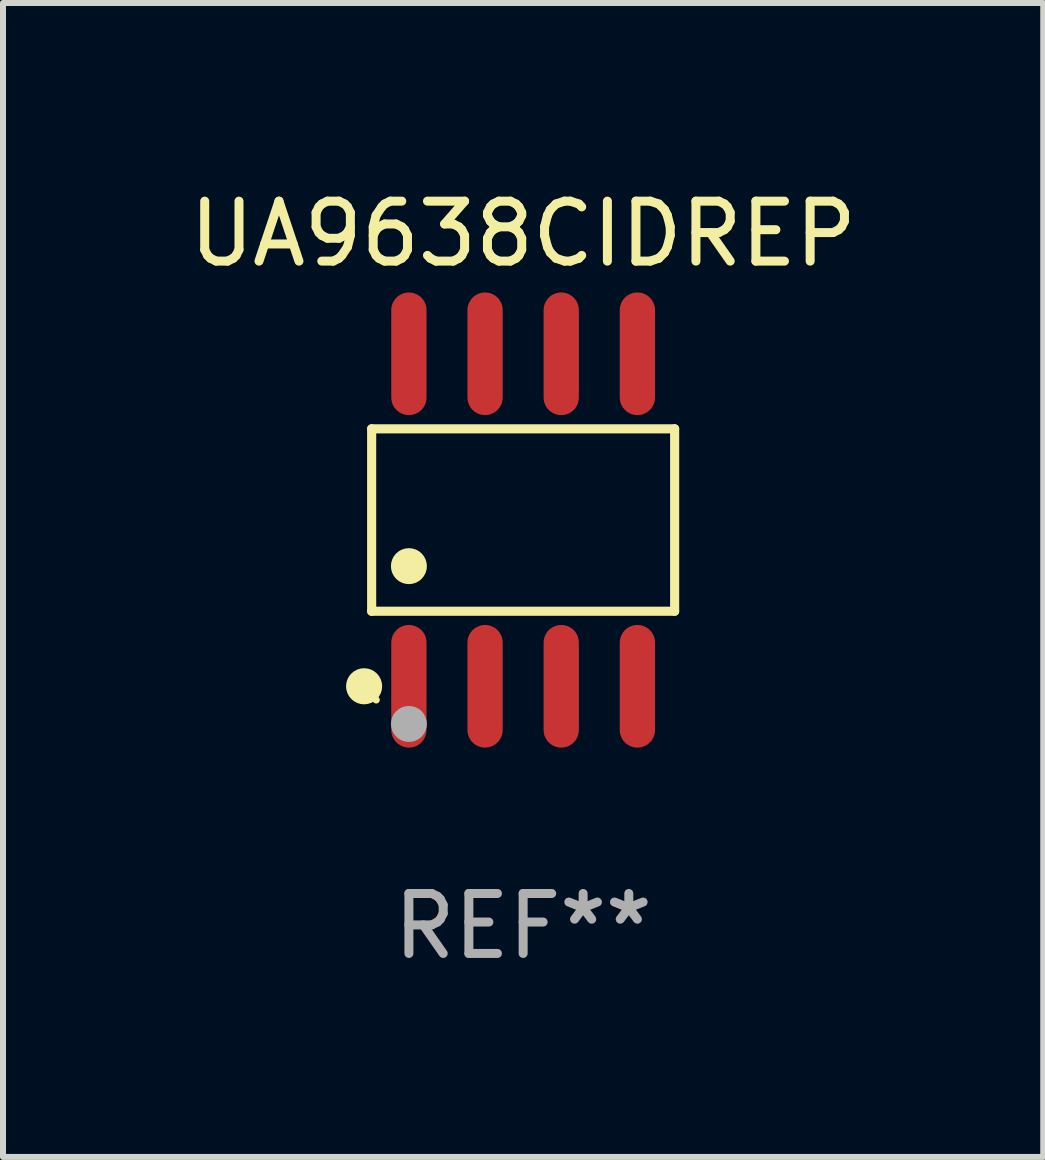
<source format=kicad_pcb>
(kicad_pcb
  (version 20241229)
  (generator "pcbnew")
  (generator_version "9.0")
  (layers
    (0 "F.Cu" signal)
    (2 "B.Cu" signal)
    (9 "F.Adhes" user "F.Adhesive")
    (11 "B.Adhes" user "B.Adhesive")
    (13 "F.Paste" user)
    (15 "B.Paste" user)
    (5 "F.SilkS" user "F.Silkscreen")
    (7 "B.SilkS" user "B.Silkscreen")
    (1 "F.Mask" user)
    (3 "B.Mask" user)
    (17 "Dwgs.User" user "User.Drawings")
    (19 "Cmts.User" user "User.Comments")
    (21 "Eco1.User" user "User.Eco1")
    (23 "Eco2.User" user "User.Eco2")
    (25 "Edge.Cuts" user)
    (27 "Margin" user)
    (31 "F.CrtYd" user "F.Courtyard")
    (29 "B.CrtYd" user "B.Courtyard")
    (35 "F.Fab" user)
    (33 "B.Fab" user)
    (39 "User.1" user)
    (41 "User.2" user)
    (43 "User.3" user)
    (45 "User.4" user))
  (footprint "UA9638CIDREP"
    (layer "F.Cu")
    (at 5.673 5.621)
    (property "Reference" "UA9638CIDREP" (at 0 -4.772 0) (layer "F.SilkS") (effects (font (size 1 1) (thickness 0.15))))
    (attr through_hole)
    (fp_line (start -2.526 -1.521) (end 2.526 -1.521) (stroke (width 0.152) (type solid)) (layer "F.SilkS"))
    (fp_line (start -2.526 1.521) (end -2.526 -1.521) (stroke (width 0.152) (type solid)) (layer "F.SilkS"))
    (fp_line (start 2.526 -1.521) (end 2.526 1.521) (stroke (width 0.152) (type solid)) (layer "F.SilkS"))
    (fp_line (start 2.526 1.521) (end -2.526 1.521) (stroke (width 0.152) (type solid)) (layer "F.SilkS"))
    (fp_circle (center -2.652 2.772) (end -2.501 2.772) (stroke (width 0.3) (type solid)) (fill no) (layer "F.SilkS"))
    (fp_circle (center -2.45 3) (end -2.42 3) (stroke (width 0.06) (type solid)) (fill no) (layer "F.SilkS"))
    (fp_circle (center -1.905 0.769) (end -1.755 0.769) (stroke (width 0.3) (type solid)) (fill no) (layer "F.SilkS"))
    (fp_circle (center -1.905 3.4) (end -1.755 3.4) (stroke (width 0.3) (type solid)) (fill no) (layer "F.Fab"))
    (fp_text user "REF**" (at 0 6.772 0) (layer "F.Fab") (effects (font (size 1 1) (thickness 0.15))))
    (pad "1" smd oval (at -1.905 2.772) (size 0.588 2.045) (layers "F.Cu" "F.Mask" "F.Paste"))
    (pad "2" smd oval (at -0.635 2.772) (size 0.588 2.045) (layers "F.Cu" "F.Mask" "F.Paste"))
    (pad "3" smd oval (at 0.635 2.772) (size 0.588 2.045) (layers "F.Cu" "F.Mask" "F.Paste"))
    (pad "4" smd oval (at 1.905 2.772) (size 0.588 2.045) (layers "F.Cu" "F.Mask" "F.Paste"))
    (pad "5" smd oval (at 1.905 -2.772) (size 0.588 2.045) (layers "F.Cu" "F.Mask" "F.Paste"))
    (pad "6" smd oval (at 0.635 -2.772) (size 0.588 2.045) (layers "F.Cu" "F.Mask" "F.Paste"))
    (pad "7" smd oval (at -0.635 -2.772) (size 0.588 2.045) (layers "F.Cu" "F.Mask" "F.Paste"))
    (pad "8" smd oval (at -1.905 -2.772) (size 0.588 2.045) (layers "F.Cu" "F.Mask" "F.Paste")))
  (gr_rect
    (start -3 -3)
    (end 14.345 16.241)
    (stroke (width 0.1) (type default))
    (fill no)
    (layer "Edge.Cuts")))
</source>
